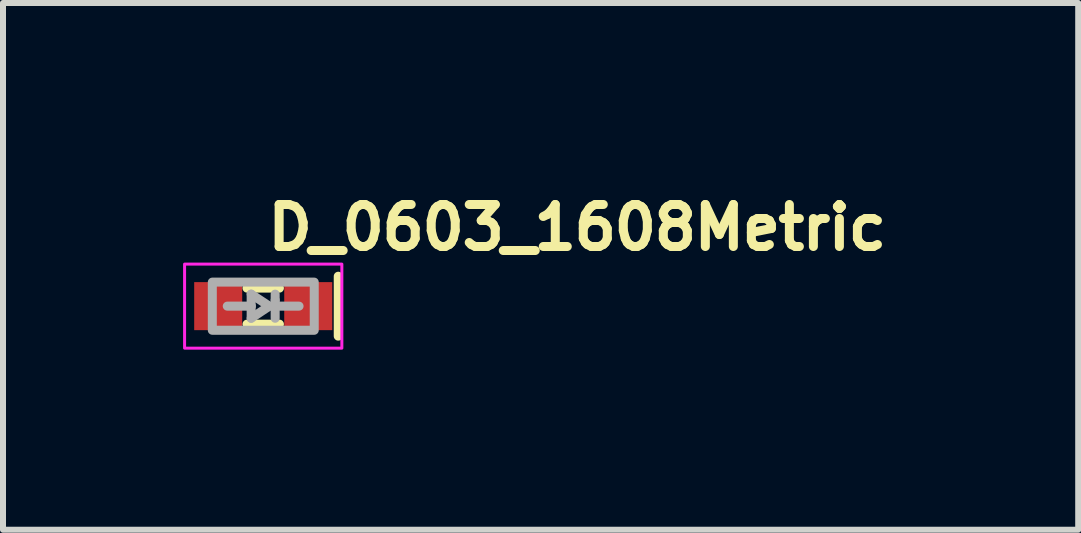
<source format=kicad_pcb>
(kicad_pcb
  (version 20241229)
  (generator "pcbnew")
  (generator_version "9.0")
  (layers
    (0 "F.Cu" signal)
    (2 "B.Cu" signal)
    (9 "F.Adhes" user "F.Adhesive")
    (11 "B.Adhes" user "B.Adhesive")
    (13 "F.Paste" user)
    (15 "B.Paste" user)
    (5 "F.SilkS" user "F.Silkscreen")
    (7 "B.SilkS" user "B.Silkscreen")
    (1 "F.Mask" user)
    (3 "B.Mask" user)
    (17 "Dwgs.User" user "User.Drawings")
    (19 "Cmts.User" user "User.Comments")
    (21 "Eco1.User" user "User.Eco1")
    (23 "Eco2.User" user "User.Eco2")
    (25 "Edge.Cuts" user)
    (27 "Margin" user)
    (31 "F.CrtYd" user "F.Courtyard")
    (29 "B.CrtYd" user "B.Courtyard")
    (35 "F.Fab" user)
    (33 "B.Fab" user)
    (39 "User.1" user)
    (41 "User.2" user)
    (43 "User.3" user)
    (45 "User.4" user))
  (footprint "D_0603_1608Metric"
    (layer "F.Cu")
    (at 1.335 2.05)
    (property "Reference" "D_0603_1608Metric" (at 0 -0.9 0) (layer "F.SilkS") (effects (font (size 0.7 0.7) (thickness 0.15)) (justify left bottom)))
    (attr smd)
    (fp_line (start -0.27 -0.3) (end 0.27 -0.3) (stroke (width 0.15) (type solid)) (layer "F.SilkS"))
    (fp_line (start -0.27 0.3) (end 0.27 0.3) (stroke (width 0.15) (type solid)) (layer "F.SilkS"))
    (fp_line (start 1.25 0.5) (end 1.25 -0.498) (stroke (width 0.15) (type solid)) (layer "F.SilkS"))
    (fp_rect (start 1.31 0.7) (end -1.31 -0.7) (stroke (width 0.05) (type solid)) (fill no) (layer "F.CrtYd"))
    (fp_line (start -0.599 0) (end -0.201 0) (stroke (width 0.15) (type solid)) (layer "F.Fab"))
    (fp_line (start -0.201 -0.2) (end -0.201 0) (stroke (width 0.15) (type solid)) (layer "F.Fab"))
    (fp_line (start -0.201 0) (end -0.201 0.202) (stroke (width 0.15) (type solid)) (layer "F.Fab"))
    (fp_line (start -0.201 0.202) (end 0.101 0) (stroke (width 0.15) (type solid)) (layer "F.Fab"))
    (fp_line (start 0.101 0) (end -0.201 -0.2) (stroke (width 0.15) (type solid)) (layer "F.Fab"))
    (fp_line (start 0.199 -0.2) (end 0.199 -0.1) (stroke (width 0.15) (type solid)) (layer "F.Fab"))
    (fp_line (start 0.199 0) (end 0.597 0) (stroke (width 0.15) (type solid)) (layer "F.Fab"))
    (fp_line (start 0.199 0.202) (end 0.199 -0.1) (stroke (width 0.15) (type solid)) (layer "F.Fab"))
    (fp_rect (start -0.848 -0.4) (end 0.85 0.402) (stroke (width 0.15) (type solid)) (fill no) (layer "F.Fab"))
    (fp_rect (start 0.81 0.4) (end -0.81 -0.4) (stroke (width 0.1) (type solid)) (fill no) (layer "User.5"))
    (fp_line (start -0.81 -0.34) (end -0.81 -0.148) (stroke (width 0.02) (type solid)) (layer "User.9"))
    (fp_line (start -0.81 -0.148) (end -0.802 -0.148) (stroke (width 0.02) (type solid)) (layer "User.9"))
    (fp_line (start -0.81 0.15) (end -0.81 0.342) (stroke (width 0.02) (type solid)) (layer "User.9"))
    (fp_line (start -0.81 0.342) (end -0.578 0.342) (stroke (width 0.02) (type solid)) (layer "User.9"))
    (fp_line (start -0.802 -0.148) (end -0.794 -0.148) (stroke (width 0.02) (type solid)) (layer "User.9"))
    (fp_line (start -0.802 0.15) (end -0.81 0.15) (stroke (width 0.02) (type solid)) (layer "User.9"))
    (fp_line (start -0.8 -0.4) (end -0.8 -0.34) (stroke (width 0.02) (type solid)) (layer "User.9"))
    (fp_line (start -0.8 0.342) (end -0.8 0.402) (stroke (width 0.02) (type solid)) (layer "User.9"))
    (fp_line (start -0.8 0.402) (end 0.802 0.402) (stroke (width 0.02) (type solid)) (layer "User.9"))
    (fp_line (start -0.794 -0.148) (end -0.786 -0.148) (stroke (width 0.02) (type solid)) (layer "User.9"))
    (fp_line (start -0.794 0.15) (end -0.802 0.15) (stroke (width 0.02) (type solid)) (layer "User.9"))
    (fp_line (start -0.786 -0.148) (end -0.779 -0.147) (stroke (width 0.02) (type solid)) (layer "User.9"))
    (fp_line (start -0.786 0.15) (end -0.794 0.15) (stroke (width 0.02) (type solid)) (layer "User.9"))
    (fp_line (start -0.779 -0.147) (end -0.771 -0.146) (stroke (width 0.02) (type solid)) (layer "User.9"))
    (fp_line (start -0.779 0.149) (end -0.786 0.15) (stroke (width 0.02) (type solid)) (layer "User.9"))
    (fp_line (start -0.771 -0.146) (end -0.763 -0.144) (stroke (width 0.02) (type solid)) (layer "User.9"))
    (fp_line (start -0.771 0.148) (end -0.779 0.149) (stroke (width 0.02) (type solid)) (layer "User.9"))
    (fp_line (start -0.763 -0.144) (end -0.755 -0.143) (stroke (width 0.02) (type solid)) (layer "User.9"))
    (fp_line (start -0.763 0.146) (end -0.771 0.148) (stroke (width 0.02) (type solid)) (layer "User.9"))
    (fp_line (start -0.755 -0.143) (end -0.748 -0.141) (stroke (width 0.02) (type solid)) (layer "User.9"))
    (fp_line (start -0.755 0.145) (end -0.763 0.146) (stroke (width 0.02) (type solid)) (layer "User.9"))
    (fp_line (start -0.748 -0.141) (end -0.741 -0.138) (stroke (width 0.02) (type solid)) (layer "User.9"))
    (fp_line (start -0.748 0.143) (end -0.755 0.145) (stroke (width 0.02) (type solid)) (layer "User.9"))
    (fp_line (start -0.741 -0.138) (end -0.734 -0.135) (stroke (width 0.02) (type solid)) (layer "User.9"))
    (fp_line (start -0.741 0.14) (end -0.748 0.143) (stroke (width 0.02) (type solid)) (layer "User.9"))
    (fp_line (start -0.734 -0.135) (end -0.727 -0.131) (stroke (width 0.02) (type solid)) (layer "User.9"))
    (fp_line (start -0.734 0.137) (end -0.741 0.14) (stroke (width 0.02) (type solid)) (layer "User.9"))
    (fp_line (start -0.727 -0.131) (end -0.721 -0.128) (stroke (width 0.02) (type solid)) (layer "User.9"))
    (fp_line (start -0.727 0.133) (end -0.734 0.137) (stroke (width 0.02) (type solid)) (layer "User.9"))
    (fp_line (start -0.721 -0.128) (end -0.714 -0.123) (stroke (width 0.02) (type solid)) (layer "User.9"))
    (fp_line (start -0.721 0.13) (end -0.727 0.133) (stroke (width 0.02) (type solid)) (layer "User.9"))
    (fp_line (start -0.714 -0.123) (end -0.708 -0.119) (stroke (width 0.02) (type solid)) (layer "User.9"))
    (fp_line (start -0.714 0.125) (end -0.721 0.13) (stroke (width 0.02) (type solid)) (layer "User.9"))
    (fp_line (start -0.708 -0.119) (end -0.703 -0.114) (stroke (width 0.02) (type solid)) (layer "User.9"))
    (fp_line (start -0.708 0.12) (end -0.714 0.125) (stroke (width 0.02) (type solid)) (layer "User.9"))
    (fp_line (start -0.703 -0.114) (end -0.697 -0.108) (stroke (width 0.02) (type solid)) (layer "User.9"))
    (fp_line (start -0.703 0.116) (end -0.708 0.12) (stroke (width 0.02) (type solid)) (layer "User.9"))
    (fp_line (start -0.697 -0.108) (end -0.697 -0.108) (stroke (width 0.02) (type solid)) (layer "User.9"))
    (fp_line (start -0.697 -0.108) (end -0.691 -0.104) (stroke (width 0.02) (type solid)) (layer "User.9"))
    (fp_line (start -0.697 0.11) (end -0.703 0.116) (stroke (width 0.02) (type solid)) (layer "User.9"))
    (fp_line (start -0.697 0.11) (end -0.697 0.11) (stroke (width 0.02) (type solid)) (layer "User.9"))
    (fp_line (start -0.691 -0.104) (end -0.686 -0.098) (stroke (width 0.02) (type solid)) (layer "User.9"))
    (fp_line (start -0.691 0.105) (end -0.697 0.11) (stroke (width 0.02) (type solid)) (layer "User.9"))
    (fp_line (start -0.686 -0.098) (end -0.681 -0.091) (stroke (width 0.02) (type solid)) (layer "User.9"))
    (fp_line (start -0.686 0.1) (end -0.691 0.105) (stroke (width 0.02) (type solid)) (layer "User.9"))
    (fp_line (start -0.681 -0.091) (end -0.677 -0.086) (stroke (width 0.02) (type solid)) (layer "User.9"))
    (fp_line (start -0.681 0.093) (end -0.686 0.1) (stroke (width 0.02) (type solid)) (layer "User.9"))
    (fp_line (start -0.677 -0.086) (end -0.673 -0.078) (stroke (width 0.02) (type solid)) (layer "User.9"))
    (fp_line (start -0.677 0.088) (end -0.681 0.093) (stroke (width 0.02) (type solid)) (layer "User.9"))
    (fp_line (start -0.673 -0.078) (end -0.669 -0.072) (stroke (width 0.02) (type solid)) (layer "User.9"))
    (fp_line (start -0.673 0.08) (end -0.677 0.088) (stroke (width 0.02) (type solid)) (layer "User.9"))
    (fp_line (start -0.669 -0.072) (end -0.665 -0.066) (stroke (width 0.02) (type solid)) (layer "User.9"))
    (fp_line (start -0.669 0.074) (end -0.673 0.08) (stroke (width 0.02) (type solid)) (layer "User.9"))
    (fp_line (start -0.665 -0.066) (end -0.662 -0.059) (stroke (width 0.02) (type solid)) (layer "User.9"))
    (fp_line (start -0.665 0.068) (end -0.669 0.074) (stroke (width 0.02) (type solid)) (layer "User.9"))
    (fp_line (start -0.662 -0.059) (end -0.659 -0.052) (stroke (width 0.02) (type solid)) (layer "User.9"))
    (fp_line (start -0.662 0.06) (end -0.665 0.068) (stroke (width 0.02) (type solid)) (layer "User.9"))
    (fp_line (start -0.659 -0.052) (end -0.657 -0.044) (stroke (width 0.02) (type solid)) (layer "User.9"))
    (fp_line (start -0.659 0.053) (end -0.662 0.06) (stroke (width 0.02) (type solid)) (layer "User.9"))
    (fp_line (start -0.657 -0.044) (end -0.654 -0.037) (stroke (width 0.02) (type solid)) (layer "User.9"))
    (fp_line (start -0.657 0.046) (end -0.659 0.053) (stroke (width 0.02) (type solid)) (layer "User.9"))
    (fp_line (start -0.654 -0.037) (end -0.653 -0.029) (stroke (width 0.02) (type solid)) (layer "User.9"))
    (fp_line (start -0.654 0.039) (end -0.657 0.046) (stroke (width 0.02) (type solid)) (layer "User.9"))
    (fp_line (start -0.653 -0.029) (end -0.651 -0.022) (stroke (width 0.02) (type solid)) (layer "User.9"))
    (fp_line (start -0.653 0.031) (end -0.654 0.039) (stroke (width 0.02) (type solid)) (layer "User.9"))
    (fp_line (start -0.651 -0.022) (end -0.65 -0.014) (stroke (width 0.02) (type solid)) (layer "User.9"))
    (fp_line (start -0.651 0.024) (end -0.653 0.031) (stroke (width 0.02) (type solid)) (layer "User.9"))
    (fp_line (start -0.65 -0.014) (end -0.65 -0.007) (stroke (width 0.02) (type solid)) (layer "User.9"))
    (fp_line (start -0.65 -0.007) (end -0.65 0) (stroke (width 0.02) (type solid)) (layer "User.9"))
    (fp_line (start -0.65 0) (end -0.65 0.008) (stroke (width 0.02) (type solid)) (layer "User.9"))
    (fp_line (start -0.65 0.008) (end -0.65 0.016) (stroke (width 0.02) (type solid)) (layer "User.9"))
    (fp_line (start -0.65 0.016) (end -0.651 0.024) (stroke (width 0.02) (type solid)) (layer "User.9"))
    (fp_line (start -0.598 -0.306) (end -0.597 -0.309) (stroke (width 0.02) (type solid)) (layer "User.9"))
    (fp_line (start -0.598 -0.304) (end -0.598 -0.306) (stroke (width 0.02) (type solid)) (layer "User.9"))
    (fp_line (start -0.598 -0.301) (end -0.598 -0.304) (stroke (width 0.02) (type solid)) (layer "User.9"))
    (fp_line (start -0.598 -0.298) (end -0.598 -0.301) (stroke (width 0.02) (type solid)) (layer "User.9"))
    (fp_line (start -0.598 -0.298) (end -0.598 0.3) (stroke (width 0.02) (type solid)) (layer "User.9"))
    (fp_line (start -0.598 0.303) (end -0.598 0.3) (stroke (width 0.02) (type solid)) (layer "User.9"))
    (fp_line (start -0.598 0.306) (end -0.598 0.303) (stroke (width 0.02) (type solid)) (layer "User.9"))
    (fp_line (start -0.598 0.308) (end -0.598 0.306) (stroke (width 0.02) (type solid)) (layer "User.9"))
    (fp_line (start -0.597 -0.311) (end -0.596 -0.313) (stroke (width 0.02) (type solid)) (layer "User.9"))
    (fp_line (start -0.597 -0.309) (end -0.597 -0.311) (stroke (width 0.02) (type solid)) (layer "User.9"))
    (fp_line (start -0.597 0.311) (end -0.598 0.308) (stroke (width 0.02) (type solid)) (layer "User.9"))
    (fp_line (start -0.597 0.313) (end -0.597 0.311) (stroke (width 0.02) (type solid)) (layer "User.9"))
    (fp_line (start -0.596 -0.313) (end -0.595 -0.316) (stroke (width 0.02) (type solid)) (layer "User.9"))
    (fp_line (start -0.596 0.315) (end -0.597 0.313) (stroke (width 0.02) (type solid)) (layer "User.9"))
    (fp_line (start -0.595 -0.318) (end -0.594 -0.321) (stroke (width 0.02) (type solid)) (layer "User.9"))
    (fp_line (start -0.595 -0.316) (end -0.595 -0.318) (stroke (width 0.02) (type solid)) (layer "User.9"))
    (fp_line (start -0.595 0.318) (end -0.596 0.315) (stroke (width 0.02) (type solid)) (layer "User.9"))
    (fp_line (start -0.595 0.32) (end -0.595 0.318) (stroke (width 0.02) (type solid)) (layer "User.9"))
    (fp_line (start -0.594 -0.321) (end -0.592 -0.323) (stroke (width 0.02) (type solid)) (layer "User.9"))
    (fp_line (start -0.594 0.323) (end -0.595 0.32) (stroke (width 0.02) (type solid)) (layer "User.9"))
    (fp_line (start -0.592 -0.323) (end -0.591 -0.325) (stroke (width 0.02) (type solid)) (layer "User.9"))
    (fp_line (start -0.592 0.325) (end -0.594 0.323) (stroke (width 0.02) (type solid)) (layer "User.9"))
    (fp_line (start -0.591 -0.325) (end -0.59 -0.327) (stroke (width 0.02) (type solid)) (layer "User.9"))
    (fp_line (start -0.591 0.327) (end -0.592 0.325) (stroke (width 0.02) (type solid)) (layer "User.9"))
    (fp_line (start -0.59 -0.327) (end -0.589 -0.329) (stroke (width 0.02) (type solid)) (layer "User.9"))
    (fp_line (start -0.59 0.329) (end -0.591 0.327) (stroke (width 0.02) (type solid)) (layer "User.9"))
    (fp_line (start -0.589 -0.329) (end -0.587 -0.331) (stroke (width 0.02) (type solid)) (layer "User.9"))
    (fp_line (start -0.589 0.331) (end -0.59 0.329) (stroke (width 0.02) (type solid)) (layer "User.9"))
    (fp_line (start -0.587 -0.331) (end -0.586 -0.333) (stroke (width 0.02) (type solid)) (layer "User.9"))
    (fp_line (start -0.587 0.333) (end -0.589 0.331) (stroke (width 0.02) (type solid)) (layer "User.9"))
    (fp_line (start -0.586 -0.333) (end -0.584 -0.335) (stroke (width 0.02) (type solid)) (layer "User.9"))
    (fp_line (start -0.586 0.335) (end -0.587 0.333) (stroke (width 0.02) (type solid)) (layer "User.9"))
    (fp_line (start -0.584 -0.335) (end -0.582 -0.337) (stroke (width 0.02) (type solid)) (layer "User.9"))
    (fp_line (start -0.584 0.337) (end -0.586 0.335) (stroke (width 0.02) (type solid)) (layer "User.9"))
    (fp_line (start -0.582 -0.337) (end -0.58 -0.338) (stroke (width 0.02) (type solid)) (layer "User.9"))
    (fp_line (start -0.582 0.339) (end -0.584 0.337) (stroke (width 0.02) (type solid)) (layer "User.9"))
    (fp_line (start -0.58 -0.338) (end -0.578 -0.34) (stroke (width 0.02) (type solid)) (layer "User.9"))
    (fp_line (start -0.58 0.34) (end -0.582 0.339) (stroke (width 0.02) (type solid)) (layer "User.9"))
    (fp_line (start -0.578 -0.34) (end -0.81 -0.34) (stroke (width 0.02) (type solid)) (layer "User.9"))
    (fp_line (start -0.578 -0.34) (end -0.576 -0.341) (stroke (width 0.02) (type solid)) (layer "User.9"))
    (fp_line (start -0.578 0.342) (end -0.58 0.34) (stroke (width 0.02) (type solid)) (layer "User.9"))
    (fp_line (start -0.576 -0.341) (end -0.575 -0.342) (stroke (width 0.02) (type solid)) (layer "User.9"))
    (fp_line (start -0.576 0.343) (end -0.578 0.342) (stroke (width 0.02) (type solid)) (layer "User.9"))
    (fp_line (start -0.575 -0.342) (end -0.573 -0.343) (stroke (width 0.02) (type solid)) (layer "User.9"))
    (fp_line (start -0.575 0.344) (end -0.576 0.343) (stroke (width 0.02) (type solid)) (layer "User.9"))
    (fp_line (start -0.573 -0.343) (end -0.571 -0.345) (stroke (width 0.02) (type solid)) (layer "User.9"))
    (fp_line (start -0.573 0.345) (end -0.575 0.344) (stroke (width 0.02) (type solid)) (layer "User.9"))
    (fp_line (start -0.571 -0.345) (end -0.569 -0.346) (stroke (width 0.02) (type solid)) (layer "User.9"))
    (fp_line (start -0.571 0.347) (end -0.573 0.345) (stroke (width 0.02) (type solid)) (layer "User.9"))
    (fp_line (start -0.569 -0.346) (end -0.567 -0.346) (stroke (width 0.02) (type solid)) (layer "User.9"))
    (fp_line (start -0.569 0.348) (end -0.571 0.347) (stroke (width 0.02) (type solid)) (layer "User.9"))
    (fp_line (start -0.567 -0.346) (end -0.564 -0.347) (stroke (width 0.02) (type solid)) (layer "User.9"))
    (fp_line (start -0.567 0.348) (end -0.569 0.348) (stroke (width 0.02) (type solid)) (layer "User.9"))
    (fp_line (start -0.564 -0.347) (end -0.562 -0.348) (stroke (width 0.02) (type solid)) (layer "User.9"))
    (fp_line (start -0.564 0.349) (end -0.567 0.348) (stroke (width 0.02) (type solid)) (layer "User.9"))
    (fp_line (start -0.562 -0.348) (end -0.56 -0.348) (stroke (width 0.02) (type solid)) (layer "User.9"))
    (fp_line (start -0.562 0.35) (end -0.564 0.349) (stroke (width 0.02) (type solid)) (layer "User.9"))
    (fp_line (start -0.56 -0.348) (end -0.557 -0.349) (stroke (width 0.02) (type solid)) (layer "User.9"))
    (fp_line (start -0.56 0.35) (end -0.562 0.35) (stroke (width 0.02) (type solid)) (layer "User.9"))
    (fp_line (start -0.557 -0.349) (end -0.555 -0.349) (stroke (width 0.02) (type solid)) (layer "User.9"))
    (fp_line (start -0.557 0.351) (end -0.56 0.35) (stroke (width 0.02) (type solid)) (layer "User.9"))
    (fp_line (start -0.555 -0.349) (end -0.552 -0.349) (stroke (width 0.02) (type solid)) (layer "User.9"))
    (fp_line (start -0.555 0.351) (end -0.557 0.351) (stroke (width 0.02) (type solid)) (layer "User.9"))
    (fp_line (start -0.552 -0.349) (end -0.55 -0.349) (stroke (width 0.02) (type solid)) (layer "User.9"))
    (fp_line (start -0.552 0.351) (end -0.555 0.351) (stroke (width 0.02) (type solid)) (layer "User.9"))
    (fp_line (start -0.55 0.351) (end -0.552 0.351) (stroke (width 0.02) (type solid)) (layer "User.9"))
    (fp_line (start -0.55 0.351) (end 0.552 0.351) (stroke (width 0.02) (type solid)) (layer "User.9"))
    (fp_line (start 0.5 -0.39) (end 0.5 -0.349) (stroke (width 0.02) (type solid)) (layer "User.9"))
    (fp_line (start 0.5 0.351) (end 0.5 0.392) (stroke (width 0.02) (type solid)) (layer "User.9"))
    (fp_line (start 0.5 0.392) (end 0.782 0.392) (stroke (width 0.02) (type solid)) (layer "User.9"))
    (fp_line (start 0.552 -0.349) (end -0.55 -0.349) (stroke (width 0.02) (type solid)) (layer "User.9"))
    (fp_line (start 0.552 -0.349) (end 0.554 -0.349) (stroke (width 0.02) (type solid)) (layer "User.9"))
    (fp_line (start 0.554 -0.349) (end 0.557 -0.349) (stroke (width 0.02) (type solid)) (layer "User.9"))
    (fp_line (start 0.554 0.351) (end 0.552 0.351) (stroke (width 0.02) (type solid)) (layer "User.9"))
    (fp_line (start 0.557 -0.349) (end 0.559 -0.349) (stroke (width 0.02) (type solid)) (layer "User.9"))
    (fp_line (start 0.557 0.351) (end 0.554 0.351) (stroke (width 0.02) (type solid)) (layer "User.9"))
    (fp_line (start 0.559 -0.349) (end 0.562 -0.348) (stroke (width 0.02) (type solid)) (layer "User.9"))
    (fp_line (start 0.559 0.351) (end 0.557 0.351) (stroke (width 0.02) (type solid)) (layer "User.9"))
    (fp_line (start 0.562 -0.348) (end 0.564 -0.348) (stroke (width 0.02) (type solid)) (layer "User.9"))
    (fp_line (start 0.562 0.35) (end 0.559 0.351) (stroke (width 0.02) (type solid)) (layer "User.9"))
    (fp_line (start 0.564 -0.348) (end 0.566 -0.347) (stroke (width 0.02) (type solid)) (layer "User.9"))
    (fp_line (start 0.564 0.35) (end 0.562 0.35) (stroke (width 0.02) (type solid)) (layer "User.9"))
    (fp_line (start 0.566 -0.347) (end 0.569 -0.346) (stroke (width 0.02) (type solid)) (layer "User.9"))
    (fp_line (start 0.566 0.349) (end 0.564 0.35) (stroke (width 0.02) (type solid)) (layer "User.9"))
    (fp_line (start 0.569 -0.346) (end 0.571 -0.346) (stroke (width 0.02) (type solid)) (layer "User.9"))
    (fp_line (start 0.569 0.348) (end 0.566 0.349) (stroke (width 0.02) (type solid)) (layer "User.9"))
    (fp_line (start 0.571 -0.346) (end 0.573 -0.345) (stroke (width 0.02) (type solid)) (layer "User.9"))
    (fp_line (start 0.571 0.348) (end 0.569 0.348) (stroke (width 0.02) (type solid)) (layer "User.9"))
    (fp_line (start 0.573 -0.345) (end 0.575 -0.343) (stroke (width 0.02) (type solid)) (layer "User.9"))
    (fp_line (start 0.573 0.347) (end 0.571 0.348) (stroke (width 0.02) (type solid)) (layer "User.9"))
    (fp_line (start 0.575 -0.343) (end 0.577 -0.342) (stroke (width 0.02) (type solid)) (layer "User.9"))
    (fp_line (start 0.575 0.345) (end 0.573 0.347) (stroke (width 0.02) (type solid)) (layer "User.9"))
    (fp_line (start 0.577 -0.342) (end 0.578 -0.341) (stroke (width 0.02) (type solid)) (layer "User.9"))
    (fp_line (start 0.577 0.344) (end 0.575 0.345) (stroke (width 0.02) (type solid)) (layer "User.9"))
    (fp_line (start 0.578 -0.341) (end 0.58 -0.34) (stroke (width 0.02) (type solid)) (layer "User.9"))
    (fp_line (start 0.578 0.343) (end 0.577 0.344) (stroke (width 0.02) (type solid)) (layer "User.9"))
    (fp_line (start 0.58 -0.34) (end 0.582 -0.338) (stroke (width 0.02) (type solid)) (layer "User.9"))
    (fp_line (start 0.58 0.342) (end 0.578 0.343) (stroke (width 0.02) (type solid)) (layer "User.9"))
    (fp_line (start 0.58 0.342) (end 0.812 0.342) (stroke (width 0.02) (type solid)) (layer "User.9"))
    (fp_line (start 0.582 -0.338) (end 0.584 -0.337) (stroke (width 0.02) (type solid)) (layer "User.9"))
    (fp_line (start 0.582 0.34) (end 0.58 0.342) (stroke (width 0.02) (type solid)) (layer "User.9"))
    (fp_line (start 0.584 -0.337) (end 0.586 -0.335) (stroke (width 0.02) (type solid)) (layer "User.9"))
    (fp_line (start 0.584 0.339) (end 0.582 0.34) (stroke (width 0.02) (type solid)) (layer "User.9"))
    (fp_line (start 0.586 -0.335) (end 0.588 -0.333) (stroke (width 0.02) (type solid)) (layer "User.9"))
    (fp_line (start 0.586 0.337) (end 0.584 0.339) (stroke (width 0.02) (type solid)) (layer "User.9"))
    (fp_line (start 0.588 -0.333) (end 0.589 -0.331) (stroke (width 0.02) (type solid)) (layer "User.9"))
    (fp_line (start 0.588 0.335) (end 0.586 0.337) (stroke (width 0.02) (type solid)) (layer "User.9"))
    (fp_line (start 0.589 -0.331) (end 0.591 -0.329) (stroke (width 0.02) (type solid)) (layer "User.9"))
    (fp_line (start 0.589 0.333) (end 0.588 0.335) (stroke (width 0.02) (type solid)) (layer "User.9"))
    (fp_line (start 0.591 -0.329) (end 0.592 -0.327) (stroke (width 0.02) (type solid)) (layer "User.9"))
    (fp_line (start 0.591 0.331) (end 0.589 0.333) (stroke (width 0.02) (type solid)) (layer "User.9"))
    (fp_line (start 0.592 -0.327) (end 0.593 -0.325) (stroke (width 0.02) (type solid)) (layer "User.9"))
    (fp_line (start 0.592 0.329) (end 0.591 0.331) (stroke (width 0.02) (type solid)) (layer "User.9"))
    (fp_line (start 0.593 -0.325) (end 0.594 -0.323) (stroke (width 0.02) (type solid)) (layer "User.9"))
    (fp_line (start 0.593 0.327) (end 0.592 0.329) (stroke (width 0.02) (type solid)) (layer "User.9"))
    (fp_line (start 0.594 -0.323) (end 0.596 -0.321) (stroke (width 0.02) (type solid)) (layer "User.9"))
    (fp_line (start 0.594 0.325) (end 0.593 0.327) (stroke (width 0.02) (type solid)) (layer "User.9"))
    (fp_line (start 0.596 -0.321) (end 0.597 -0.318) (stroke (width 0.02) (type solid)) (layer "User.9"))
    (fp_line (start 0.596 0.323) (end 0.594 0.325) (stroke (width 0.02) (type solid)) (layer "User.9"))
    (fp_line (start 0.597 -0.318) (end 0.597 -0.316) (stroke (width 0.02) (type solid)) (layer "User.9"))
    (fp_line (start 0.597 -0.316) (end 0.598 -0.313) (stroke (width 0.02) (type solid)) (layer "User.9"))
    (fp_line (start 0.597 0.318) (end 0.597 0.32) (stroke (width 0.02) (type solid)) (layer "User.9"))
    (fp_line (start 0.597 0.32) (end 0.596 0.323) (stroke (width 0.02) (type solid)) (layer "User.9"))
    (fp_line (start 0.598 -0.313) (end 0.599 -0.311) (stroke (width 0.02) (type solid)) (layer "User.9"))
    (fp_line (start 0.598 0.315) (end 0.597 0.318) (stroke (width 0.02) (type solid)) (layer "User.9"))
    (fp_line (start 0.599 -0.311) (end 0.599 -0.309) (stroke (width 0.02) (type solid)) (layer "User.9"))
    (fp_line (start 0.599 -0.309) (end 0.6 -0.306) (stroke (width 0.02) (type solid)) (layer "User.9"))
    (fp_line (start 0.599 0.311) (end 0.599 0.313) (stroke (width 0.02) (type solid)) (layer "User.9"))
    (fp_line (start 0.599 0.313) (end 0.598 0.315) (stroke (width 0.02) (type solid)) (layer "User.9"))
    (fp_line (start 0.6 -0.306) (end 0.6 -0.304) (stroke (width 0.02) (type solid)) (layer "User.9"))
    (fp_line (start 0.6 -0.304) (end 0.6 -0.301) (stroke (width 0.02) (type solid)) (layer "User.9"))
    (fp_line (start 0.6 -0.301) (end 0.6 -0.298) (stroke (width 0.02) (type solid)) (layer "User.9"))
    (fp_line (start 0.6 0.3) (end 0.6 -0.298) (stroke (width 0.02) (type solid)) (layer "User.9"))
    (fp_line (start 0.6 0.3) (end 0.6 0.303) (stroke (width 0.02) (type solid)) (layer "User.9"))
    (fp_line (start 0.6 0.303) (end 0.6 0.306) (stroke (width 0.02) (type solid)) (layer "User.9"))
    (fp_line (start 0.6 0.306) (end 0.6 0.308) (stroke (width 0.02) (type solid)) (layer "User.9"))
    (fp_line (start 0.6 0.308) (end 0.599 0.311) (stroke (width 0.02) (type solid)) (layer "User.9"))
    (fp_line (start 0.651 0) (end 0.652 -0.01) (stroke (width 0.02) (type solid)) (layer "User.9"))
    (fp_line (start 0.652 -0.01) (end 0.653 -0.02) (stroke (width 0.02) (type solid)) (layer "User.9"))
    (fp_line (start 0.652 0.011) (end 0.651 0) (stroke (width 0.02) (type solid)) (layer "User.9"))
    (fp_line (start 0.653 -0.02) (end 0.655 -0.029) (stroke (width 0.02) (type solid)) (layer "User.9"))
    (fp_line (start 0.653 0.022) (end 0.652 0.011) (stroke (width 0.02) (type solid)) (layer "User.9"))
    (fp_line (start 0.655 -0.029) (end 0.657 -0.04) (stroke (width 0.02) (type solid)) (layer "User.9"))
    (fp_line (start 0.655 0.031) (end 0.653 0.022) (stroke (width 0.02) (type solid)) (layer "User.9"))
    (fp_line (start 0.657 -0.04) (end 0.66 -0.049) (stroke (width 0.02) (type solid)) (layer "User.9"))
    (fp_line (start 0.657 0.042) (end 0.655 0.031) (stroke (width 0.02) (type solid)) (layer "User.9"))
    (fp_line (start 0.66 -0.049) (end 0.664 -0.059) (stroke (width 0.02) (type solid)) (layer "User.9"))
    (fp_line (start 0.66 0.051) (end 0.657 0.042) (stroke (width 0.02) (type solid)) (layer "User.9"))
    (fp_line (start 0.664 -0.059) (end 0.668 -0.068) (stroke (width 0.02) (type solid)) (layer "User.9"))
    (fp_line (start 0.664 0.06) (end 0.66 0.051) (stroke (width 0.02) (type solid)) (layer "User.9"))
    (fp_line (start 0.668 -0.068) (end 0.673 -0.076) (stroke (width 0.02) (type solid)) (layer "User.9"))
    (fp_line (start 0.668 0.07) (end 0.664 0.06) (stroke (width 0.02) (type solid)) (layer "User.9"))
    (fp_line (start 0.673 -0.076) (end 0.673 -0.076) (stroke (width 0.02) (type solid)) (layer "User.9"))
    (fp_line (start 0.673 -0.076) (end 0.676 -0.082) (stroke (width 0.02) (type solid)) (layer "User.9"))
    (fp_line (start 0.673 0.078) (end 0.668 0.07) (stroke (width 0.02) (type solid)) (layer "User.9"))
    (fp_line (start 0.673 0.078) (end 0.673 0.078) (stroke (width 0.02) (type solid)) (layer "User.9"))
    (fp_line (start 0.676 -0.082) (end 0.679 -0.086) (stroke (width 0.02) (type solid)) (layer "User.9"))
    (fp_line (start 0.679 -0.086) (end 0.682 -0.089) (stroke (width 0.02) (type solid)) (layer "User.9"))
    (fp_line (start 0.679 0.088) (end 0.673 0.078) (stroke (width 0.02) (type solid)) (layer "User.9"))
    (fp_line (start 0.682 -0.089) (end 0.685 -0.093) (stroke (width 0.02) (type solid)) (layer "User.9"))
    (fp_line (start 0.685 -0.093) (end 0.689 -0.098) (stroke (width 0.02) (type solid)) (layer "User.9"))
    (fp_line (start 0.685 0.095) (end 0.679 0.088) (stroke (width 0.02) (type solid)) (layer "User.9"))
    (fp_line (start 0.689 -0.098) (end 0.692 -0.102) (stroke (width 0.02) (type solid)) (layer "User.9"))
    (fp_line (start 0.692 -0.102) (end 0.696 -0.105) (stroke (width 0.02) (type solid)) (layer "User.9"))
    (fp_line (start 0.692 0.104) (end 0.685 0.095) (stroke (width 0.02) (type solid)) (layer "User.9"))
    (fp_line (start 0.696 -0.105) (end 0.699 -0.108) (stroke (width 0.02) (type solid)) (layer "User.9"))
    (fp_line (start 0.699 -0.108) (end 0.703 -0.113) (stroke (width 0.02) (type solid)) (layer "User.9"))
    (fp_line (start 0.699 0.11) (end 0.692 0.104) (stroke (width 0.02) (type solid)) (layer "User.9"))
    (fp_line (start 0.703 -0.113) (end 0.706 -0.116) (stroke (width 0.02) (type solid)) (layer "User.9"))
    (fp_line (start 0.706 -0.116) (end 0.71 -0.119) (stroke (width 0.02) (type solid)) (layer "User.9"))
    (fp_line (start 0.706 0.118) (end 0.699 0.11) (stroke (width 0.02) (type solid)) (layer "User.9"))
    (fp_line (start 0.71 -0.119) (end 0.714 -0.121) (stroke (width 0.02) (type solid)) (layer "User.9"))
    (fp_line (start 0.714 -0.121) (end 0.718 -0.124) (stroke (width 0.02) (type solid)) (layer "User.9"))
    (fp_line (start 0.714 0.123) (end 0.706 0.118) (stroke (width 0.02) (type solid)) (layer "User.9"))
    (fp_line (start 0.718 -0.124) (end 0.723 -0.128) (stroke (width 0.02) (type solid)) (layer "User.9"))
    (fp_line (start 0.723 -0.128) (end 0.727 -0.13) (stroke (width 0.02) (type solid)) (layer "User.9"))
    (fp_line (start 0.723 0.13) (end 0.714 0.123) (stroke (width 0.02) (type solid)) (layer "User.9"))
    (fp_line (start 0.727 -0.13) (end 0.731 -0.133) (stroke (width 0.02) (type solid)) (layer "User.9"))
    (fp_line (start 0.731 -0.133) (end 0.736 -0.135) (stroke (width 0.02) (type solid)) (layer "User.9"))
    (fp_line (start 0.731 0.135) (end 0.723 0.13) (stroke (width 0.02) (type solid)) (layer "User.9"))
    (fp_line (start 0.736 -0.135) (end 0.74 -0.137) (stroke (width 0.02) (type solid)) (layer "User.9"))
    (fp_line (start 0.74 -0.137) (end 0.745 -0.139) (stroke (width 0.02) (type solid)) (layer "User.9"))
    (fp_line (start 0.74 0.139) (end 0.731 0.135) (stroke (width 0.02) (type solid)) (layer "User.9"))
    (fp_line (start 0.745 -0.139) (end 0.75 -0.141) (stroke (width 0.02) (type solid)) (layer "User.9"))
    (fp_line (start 0.75 -0.141) (end 0.755 -0.142) (stroke (width 0.02) (type solid)) (layer "User.9"))
    (fp_line (start 0.75 0.143) (end 0.74 0.139) (stroke (width 0.02) (type solid)) (layer "User.9"))
    (fp_line (start 0.755 -0.142) (end 0.76 -0.144) (stroke (width 0.02) (type solid)) (layer "User.9"))
    (fp_line (start 0.76 -0.144) (end 0.764 -0.144) (stroke (width 0.02) (type solid)) (layer "User.9"))
    (fp_line (start 0.76 0.145) (end 0.75 0.143) (stroke (width 0.02) (type solid)) (layer "User.9"))
    (fp_line (start 0.764 -0.144) (end 0.77 -0.145) (stroke (width 0.02) (type solid)) (layer "User.9"))
    (fp_line (start 0.77 -0.145) (end 0.775 -0.146) (stroke (width 0.02) (type solid)) (layer "User.9"))
    (fp_line (start 0.77 0.147) (end 0.76 0.145) (stroke (width 0.02) (type solid)) (layer "User.9"))
    (fp_line (start 0.775 -0.146) (end 0.78 -0.147) (stroke (width 0.02) (type solid)) (layer "User.9"))
    (fp_line (start 0.78 -0.147) (end 0.786 -0.148) (stroke (width 0.02) (type solid)) (layer "User.9"))
    (fp_line (start 0.78 0.149) (end 0.77 0.147) (stroke (width 0.02) (type solid)) (layer "User.9"))
    (fp_line (start 0.782 -0.39) (end 0.5 -0.39) (stroke (width 0.02) (type solid)) (layer "User.9"))
    (fp_line (start 0.782 -0.34) (end 0.782 -0.39) (stroke (width 0.02) (type solid)) (layer "User.9"))
    (fp_line (start 0.782 0.392) (end 0.782 0.342) (stroke (width 0.02) (type solid)) (layer "User.9"))
    (fp_line (start 0.786 -0.148) (end 0.791 -0.148) (stroke (width 0.02) (type solid)) (layer "User.9"))
    (fp_line (start 0.791 -0.148) (end 0.796 -0.148) (stroke (width 0.02) (type solid)) (layer "User.9"))
    (fp_line (start 0.791 0.15) (end 0.78 0.149) (stroke (width 0.02) (type solid)) (layer "User.9"))
    (fp_line (start 0.796 -0.148) (end 0.801 -0.149) (stroke (width 0.02) (type solid)) (layer "User.9"))
    (fp_line (start 0.801 -0.149) (end 0.806 -0.148) (stroke (width 0.02) (type solid)) (layer "User.9"))
    (fp_line (start 0.801 0.151) (end 0.791 0.15) (stroke (width 0.02) (type solid)) (layer "User.9"))
    (fp_line (start 0.802 -0.4) (end -0.8 -0.4) (stroke (width 0.02) (type solid)) (layer "User.9"))
    (fp_line (start 0.802 -0.34) (end 0.802 -0.4) (stroke (width 0.02) (type solid)) (layer "User.9"))
    (fp_line (start 0.802 0.402) (end 0.802 0.342) (stroke (width 0.02) (type solid)) (layer "User.9"))
    (fp_line (start 0.806 -0.148) (end 0.812 -0.148) (stroke (width 0.02) (type solid)) (layer "User.9"))
    (fp_line (start 0.812 -0.34) (end 0.58 -0.34) (stroke (width 0.02) (type solid)) (layer "User.9"))
    (fp_line (start 0.812 -0.148) (end 0.812 -0.34) (stroke (width 0.02) (type solid)) (layer "User.9"))
    (fp_line (start 0.812 0.15) (end 0.801 0.151) (stroke (width 0.02) (type solid)) (layer "User.9"))
    (fp_line (start 0.812 0.342) (end 0.812 0.15) (stroke (width 0.02) (type solid)) (layer "User.9"))
    (pad "1" smd rect (at -0.75 0 180) (size 0.8 0.8) (layers "F.Cu" "F.Mask" "F.Paste"))
    (pad "2" smd rect (at 0.75 0 180) (size 0.8 0.8) (layers "F.Cu" "F.Mask" "F.Paste")))
  (gr_rect
    (start -3 -3)
    (end 14.912 5.775)
    (stroke (width 0.1) (type default))
    (fill no)
    (layer "Edge.Cuts")))
</source>
